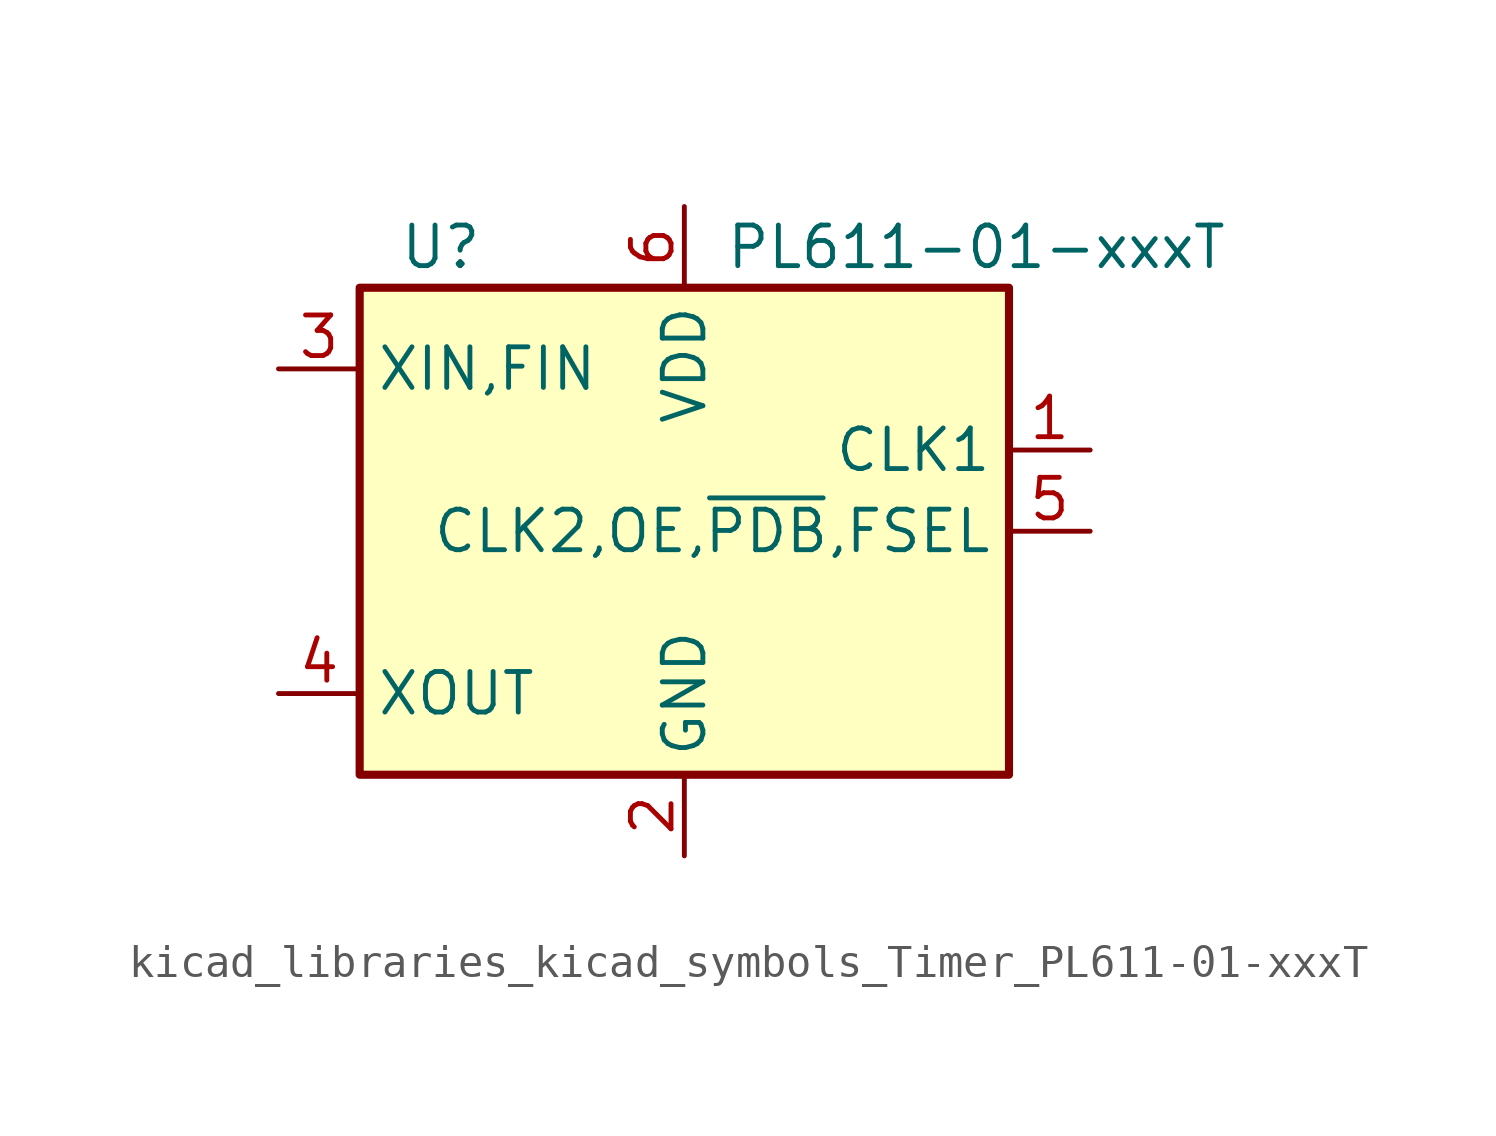
<source format=kicad_sym>
(kicad_symbol_lib
  (version 20220914)
  (generator kicad_symbol_editor)
  (symbol "kicad_libraries_kicad_symbols_Timer_PL611-01-xxxT"
    (property "Reference" "U"
      (at -7.62 8.89 0)
      (effects (font (size 1.27 1.27))))
    (property "Value" "PL611-01-xxxT"
      (at 1.27 8.89 0)
      (effects (font (size 1.27 1.27)) (justify left)))
    (symbol "kicad_libraries_kicad_symbols_Timer_PL611-01-xxxT_0_1"
      (rectangle (start -10.16 7.62) (end 10.16 -7.62) (stroke (width 0.254) (type default)) (fill (type background))))
    (symbol "kicad_libraries_kicad_symbols_Timer_PL611-01-xxxT_1_1"
      (pin output line (at 12.7 2.54 180) (length 2.54) (name "CLK1" (effects (font (size 1.27 1.27)))) (number "1" (effects (font (size 1.27 1.27)))))
      (pin power_in line (at 0 -10.16 90) (length 2.54) (name "GND" (effects (font (size 1.27 1.27)))) (number "2" (effects (font (size 1.27 1.27)))))
      (pin input line (at -12.7 5.08 0) (length 2.54) (name "XIN,FIN" (effects (font (size 1.27 1.27)))) (number "3" (effects (font (size 1.27 1.27)))))
      (pin output line (at -12.7 -5.08 0) (length 2.54) (name "XOUT" (effects (font (size 1.27 1.27)))) (number "4" (effects (font (size 1.27 1.27)))))
      (pin bidirectional line (at 12.7 0 180) (length 2.54) (name "CLK2,OE,~{PDB},FSEL" (effects (font (size 1.27 1.27)))) (number "5" (effects (font (size 1.27 1.27)))))
      (pin power_in line (at 0 10.16 270) (length 2.54) (name "VDD" (effects (font (size 1.27 1.27)))) (number "6" (effects (font (size 1.27 1.27))))))))
</source>
